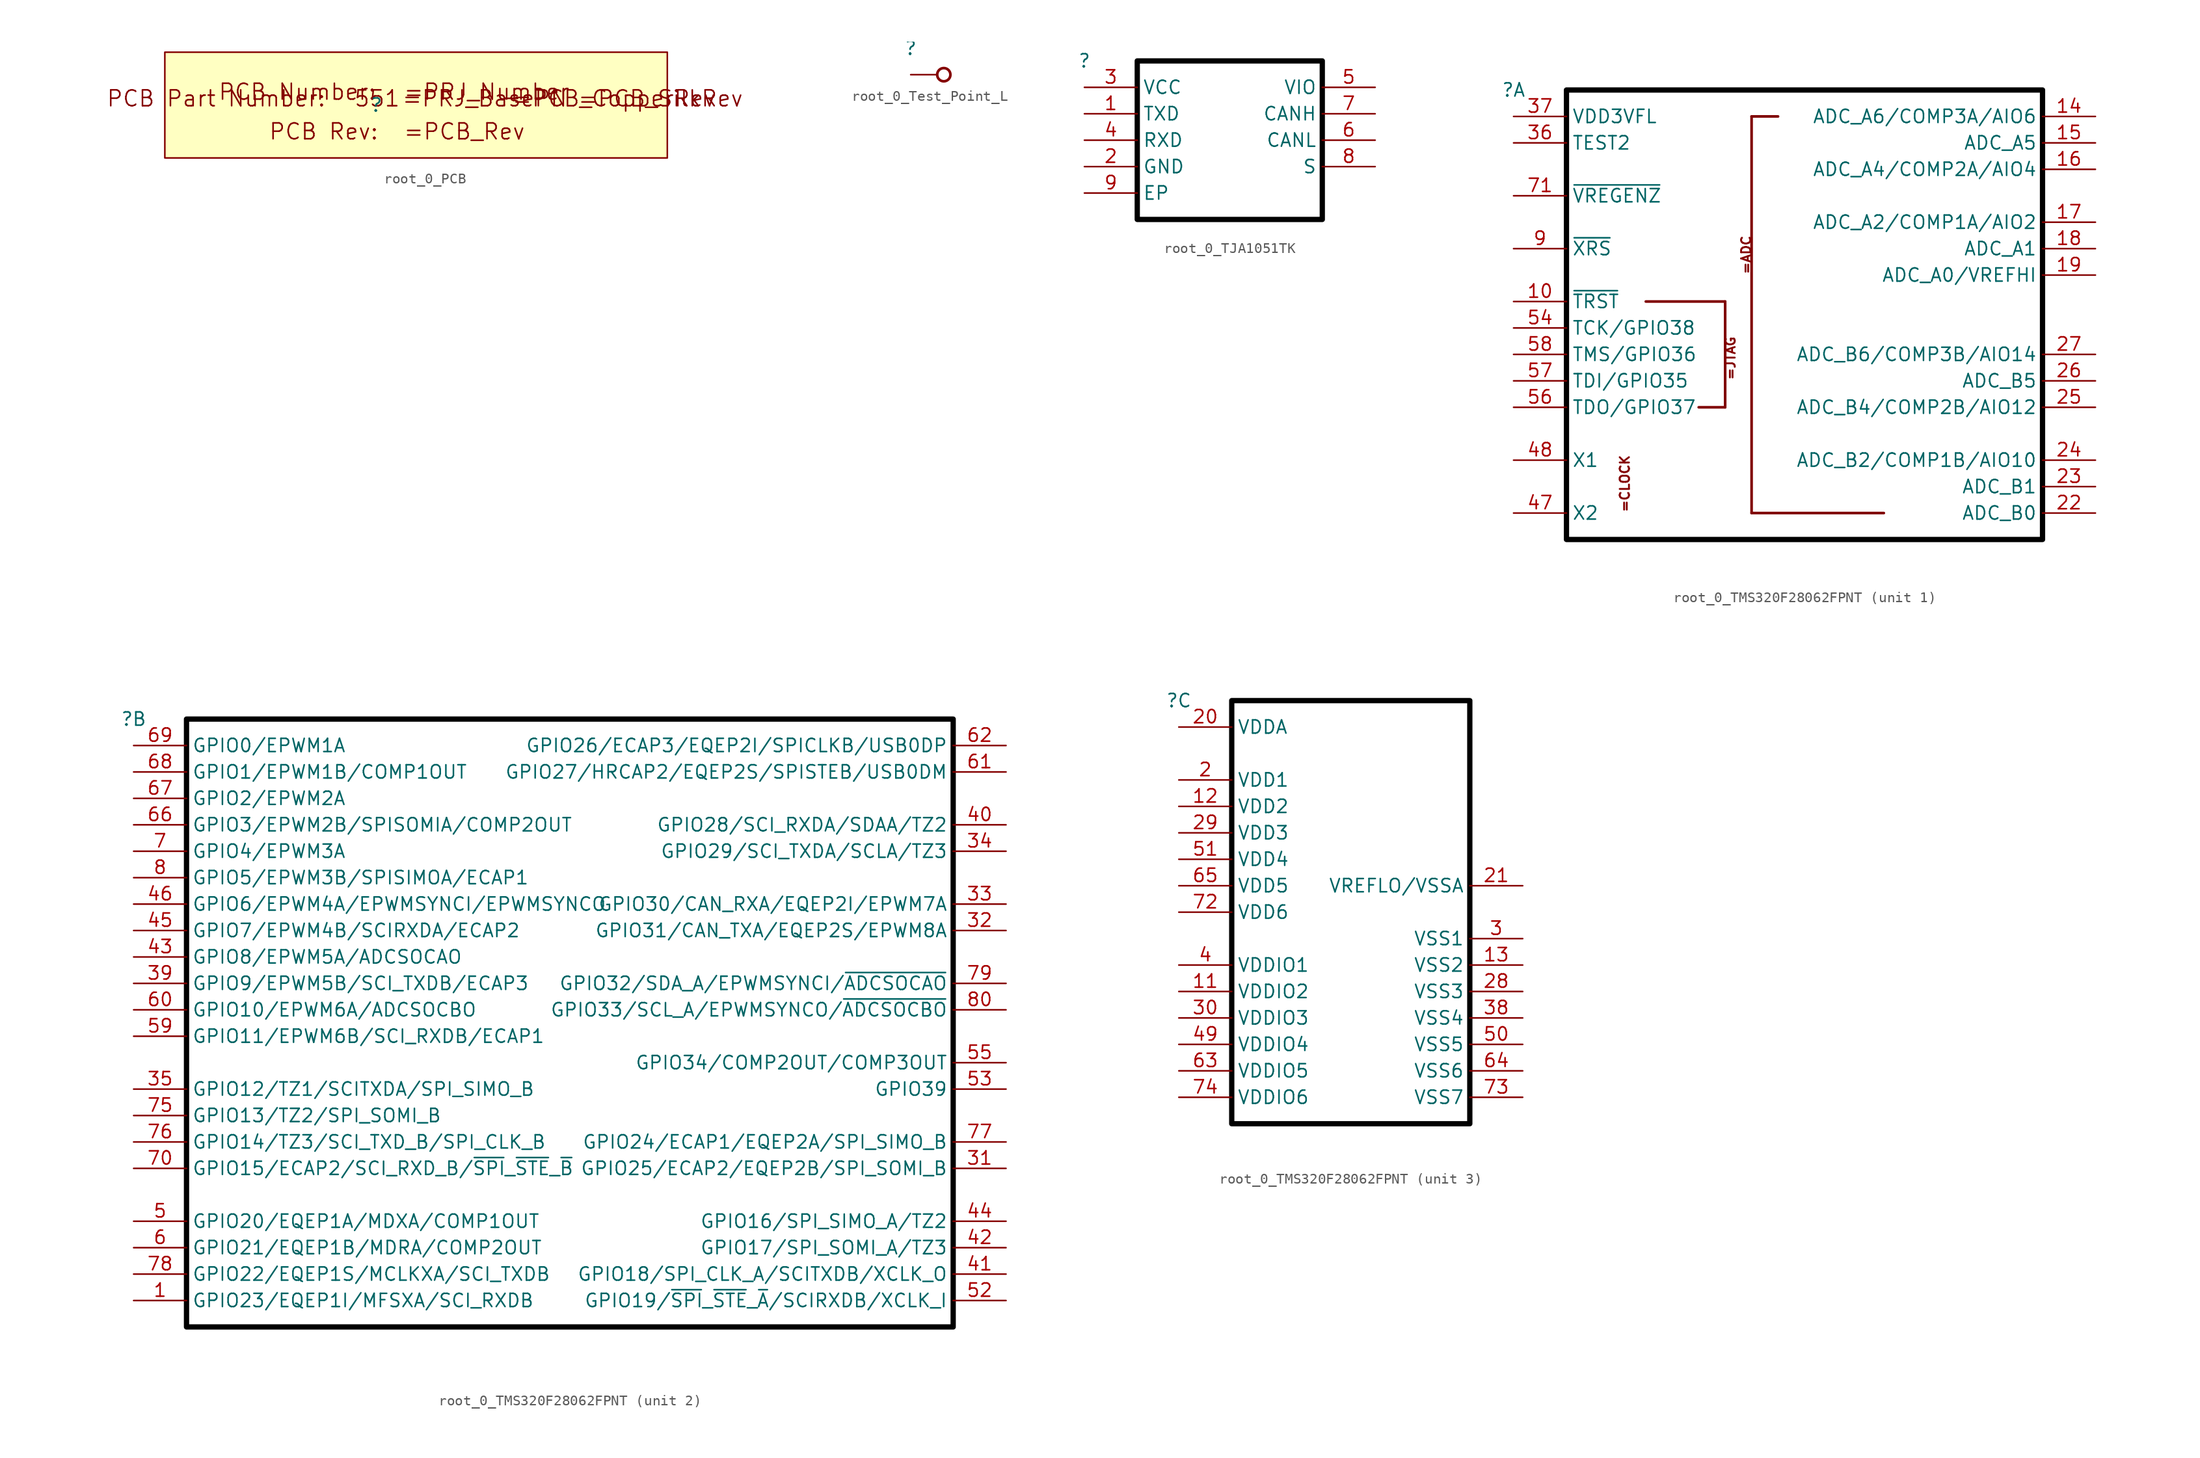
<source format=kicad_sym>
(kicad_symbol_lib
  (version 20220914)
  (generator kicad_symbol_editor)
  (symbol "root_0_PCB"
    (property "Reference" ""
      (at 0 0 0)
      (effects (font (size 1.27 1.27))))
    (property "Value" ""
      (at 0 0 0)
      (effects (font (size 1.27 1.27))))
    (symbol "root_0_PCB_1_0"
      (rectangle (start 27.94 5.08) (end -20.32 -5.08) (stroke (width 0) (type solid)) (fill (type background)))
      (text "-" (at 11.938 0.762 0) (effects (font (size 1.524 1.524)) (justify left)))
      (text "551" (at -2.21 0.635 0) (effects (font (size 1.524 1.524)) (justify left)))
      (text "=PCB_CopperRev" (at 12.954 0.635 0) (effects (font (size 1.524 1.524)) (justify left)))
      (text "=PCB_Rev" (at 2.54 -3.429 0) (effects (font (size 1.524 1.524)) (justify left bottom)))
      (text "=PCB_SilkRev" (at 19.279 0.635 0) (effects (font (size 1.524 1.524)) (justify left)))
      (text "=PRJ_BasePN" (at 2.388 0.635 0) (effects (font (size 1.524 1.524)) (justify left)))
      (text "=PRJ_Number" (at 2.54 0.381 0) (effects (font (size 1.524 1.524)) (justify left bottom)))
      (text "PCB Number:" (at -15.24 0.381 0) (effects (font (size 1.524 1.524)) (justify left bottom)))
      (text "PCB Part Number:" (at -15.392 0.635 0) (effects (font (size 1.524 1.524))))
      (text "PCB Rev:" (at -10.388 -3.429 0) (effects (font (size 1.524 1.524)) (justify left bottom)))))
  (symbol "root_0_Test_Point_L"
    (property "Reference" ""
      (at 0 0 0)
      (effects (font (size 1.27 1.27))))
    (property "Value" ""
      (at 0 0 0)
      (effects (font (size 1.27 1.27))))
    (symbol "root_0_Test_Point_L_1_0"
      (circle (center 3.175 -2.54) (radius 0.635) (stroke (width 0.254) (type solid)) (fill (type none)))
      (pin passive line (at 0 -2.54 0) (length 2.54) (name "1" (effects (font (size 0 0)))) (number "1" (effects (font (size 0 0)))))))
  (symbol "root_0_TJA1051TK"
    (property "Reference" ""
      (at 0 0 0)
      (effects (font (size 1.27 1.27))))
    (property "Value" ""
      (at 0 0 0)
      (effects (font (size 1.27 1.27))))
    (symbol "root_0_TJA1051TK_1_0"
      (polyline (pts (xy 5.08 0) (xy 5.08 -15.24) (xy 22.86 -15.24) (xy 22.86 0) (xy 5.08 0)) (stroke (width 0.508) (type solid) (color 0 0 0 1)) (fill (type none)))
      (pin passive line (at 0 -5.08 0) (length 5.08) (name "TXD" (effects (font (size 1.27 1.27)))) (number "1" (effects (font (size 1.27 1.27)))))
      (pin passive line (at 0 -10.16 0) (length 5.08) (name "GND" (effects (font (size 1.27 1.27)))) (number "2" (effects (font (size 1.27 1.27)))))
      (pin passive line (at 0 -2.54 0) (length 5.08) (name "VCC" (effects (font (size 1.27 1.27)))) (number "3" (effects (font (size 1.27 1.27)))))
      (pin passive line (at 0 -7.62 0) (length 5.08) (name "RXD" (effects (font (size 1.27 1.27)))) (number "4" (effects (font (size 1.27 1.27)))))
      (pin passive line (at 27.94 -2.54 180) (length 5.08) (name "VIO" (effects (font (size 1.27 1.27)))) (number "5" (effects (font (size 1.27 1.27)))))
      (pin passive line (at 27.94 -7.62 180) (length 5.08) (name "CANL" (effects (font (size 1.27 1.27)))) (number "6" (effects (font (size 1.27 1.27)))))
      (pin passive line (at 27.94 -5.08 180) (length 5.08) (name "CANH" (effects (font (size 1.27 1.27)))) (number "7" (effects (font (size 1.27 1.27)))))
      (pin passive line (at 27.94 -10.16 180) (length 5.08) (name "S" (effects (font (size 1.27 1.27)))) (number "8" (effects (font (size 1.27 1.27)))))
      (pin passive line (at 0 -12.7 0) (length 5.08) (name "EP" (effects (font (size 1.27 1.27)))) (number "9" (effects (font (size 1.27 1.27)))))))
  (symbol "root_0_TMS320F28062FPNT"
    (property "Reference" ""
      (at 0 0 0)
      (effects (font (size 1.27 1.27))))
    (property "Value" ""
      (at 0 0 0)
      (effects (font (size 1.27 1.27))))
    (symbol "root_0_TMS320F28062FPNT_1_0"
      (polyline (pts (xy 17.78 -30.48) (xy 20.32 -30.48)) (stroke (width 0.254) (type solid) (color 128 0 0 1)) (fill (type none)))
      (polyline (pts (xy 20.32 -30.48) (xy 20.32 -20.32)) (stroke (width 0.254) (type solid) (color 128 0 0 1)) (fill (type none)))
      (polyline (pts (xy 20.32 -20.32) (xy 12.7 -20.32)) (stroke (width 0.254) (type solid) (color 128 0 0 1)) (fill (type none)))
      (polyline (pts (xy 22.86 -2.54) (xy 22.86 -40.64)) (stroke (width 0.254) (type solid) (color 128 0 0 1)) (fill (type none)))
      (polyline (pts (xy 22.86 -2.54) (xy 25.4 -2.54)) (stroke (width 0.254) (type solid) (color 128 0 0 1)) (fill (type none)))
      (polyline (pts (xy 35.56 -40.64) (xy 22.86 -40.64)) (stroke (width 0.254) (type solid) (color 128 0 0 1)) (fill (type none)))
      (polyline (pts (xy 5.08 0) (xy 5.08 -43.18) (xy 50.8 -43.18) (xy 50.8 0) (xy 5.08 0)) (stroke (width 0.508) (type solid) (color 0 0 0 1)) (fill (type none)))
      (text "=ADC" (at 22.86 -17.78 900) (effects (font (size 0.889 0.889) bold) (justify left bottom)))
      (text "=CLOCK" (at 10.16 -40.64 900) (effects (font (size 0.889 0.889) bold) (justify left top)))
      (text "=JTAG" (at 20.32 -27.94 900) (effects (font (size 0.889 0.889) bold) (justify left top)))
      (pin passive line (at 0 -20.32 0) (length 5.08) (name "~{TRST}" (effects (font (size 1.27 1.27)))) (number "10" (effects (font (size 1.27 1.27)))))
      (pin passive line (at 55.88 -2.54 180) (length 5.08) (name "ADC_A6/COMP3A/AIO6" (effects (font (size 1.27 1.27)))) (number "14" (effects (font (size 1.27 1.27)))))
      (pin passive line (at 55.88 -5.08 180) (length 5.08) (name "ADC_A5" (effects (font (size 1.27 1.27)))) (number "15" (effects (font (size 1.27 1.27)))))
      (pin passive line (at 55.88 -7.62 180) (length 5.08) (name "ADC_A4/COMP2A/AIO4" (effects (font (size 1.27 1.27)))) (number "16" (effects (font (size 1.27 1.27)))))
      (pin passive line (at 55.88 -12.7 180) (length 5.08) (name "ADC_A2/COMP1A/AIO2" (effects (font (size 1.27 1.27)))) (number "17" (effects (font (size 1.27 1.27)))))
      (pin passive line (at 55.88 -15.24 180) (length 5.08) (name "ADC_A1" (effects (font (size 1.27 1.27)))) (number "18" (effects (font (size 1.27 1.27)))))
      (pin passive line (at 55.88 -17.78 180) (length 5.08) (name "ADC_A0/VREFHI" (effects (font (size 1.27 1.27)))) (number "19" (effects (font (size 1.27 1.27)))))
      (pin passive line (at 55.88 -40.64 180) (length 5.08) (name "ADC_B0" (effects (font (size 1.27 1.27)))) (number "22" (effects (font (size 1.27 1.27)))))
      (pin passive line (at 55.88 -38.1 180) (length 5.08) (name "ADC_B1" (effects (font (size 1.27 1.27)))) (number "23" (effects (font (size 1.27 1.27)))))
      (pin passive line (at 55.88 -35.56 180) (length 5.08) (name "ADC_B2/COMP1B/AIO10" (effects (font (size 1.27 1.27)))) (number "24" (effects (font (size 1.27 1.27)))))
      (pin passive line (at 55.88 -30.48 180) (length 5.08) (name "ADC_B4/COMP2B/AIO12" (effects (font (size 1.27 1.27)))) (number "25" (effects (font (size 1.27 1.27)))))
      (pin passive line (at 55.88 -27.94 180) (length 5.08) (name "ADC_B5" (effects (font (size 1.27 1.27)))) (number "26" (effects (font (size 1.27 1.27)))))
      (pin passive line (at 55.88 -25.4 180) (length 5.08) (name "ADC_B6/COMP3B/AIO14" (effects (font (size 1.27 1.27)))) (number "27" (effects (font (size 1.27 1.27)))))
      (pin output line (at 0 -5.08 0) (length 5.08) (name "TEST2" (effects (font (size 1.27 1.27)))) (number "36" (effects (font (size 1.27 1.27)))))
      (pin power_in line (at 0 -2.54 0) (length 5.08) (name "VDD3VFL" (effects (font (size 1.27 1.27)))) (number "37" (effects (font (size 1.27 1.27)))))
      (pin output line (at 0 -40.64 0) (length 5.08) (name "X2" (effects (font (size 1.27 1.27)))) (number "47" (effects (font (size 1.27 1.27)))))
      (pin passive line (at 0 -35.56 0) (length 5.08) (name "X1" (effects (font (size 1.27 1.27)))) (number "48" (effects (font (size 1.27 1.27)))))
      (pin passive line (at 0 -22.86 0) (length 5.08) (name "TCK/GPIO38" (effects (font (size 1.27 1.27)))) (number "54" (effects (font (size 1.27 1.27)))))
      (pin output line (at 0 -30.48 0) (length 5.08) (name "TDO/GPIO37" (effects (font (size 1.27 1.27)))) (number "56" (effects (font (size 1.27 1.27)))))
      (pin passive line (at 0 -27.94 0) (length 5.08) (name "TDI/GPIO35" (effects (font (size 1.27 1.27)))) (number "57" (effects (font (size 1.27 1.27)))))
      (pin passive line (at 0 -25.4 0) (length 5.08) (name "TMS/GPIO36" (effects (font (size 1.27 1.27)))) (number "58" (effects (font (size 1.27 1.27)))))
      (pin passive line (at 0 -10.16 0) (length 5.08) (name "~{VREGENZ}" (effects (font (size 1.27 1.27)))) (number "71" (effects (font (size 1.27 1.27)))))
      (pin passive line (at 0 -15.24 0) (length 5.08) (name "~{XRS}" (effects (font (size 1.27 1.27)))) (number "9" (effects (font (size 1.27 1.27))))))
    (symbol "root_0_TMS320F28062FPNT_2_0"
      (polyline (pts (xy 5.08 0) (xy 5.08 -58.42) (xy 78.74 -58.42) (xy 78.74 0) (xy 5.08 0)) (stroke (width 0.508) (type solid) (color 0 0 0 1)) (fill (type none)))
      (pin passive line (at 0 -55.88 0) (length 5.08) (name "GPIO23/EQEP1I/MFSXA/SCI_RXDB" (effects (font (size 1.27 1.27)))) (number "1" (effects (font (size 1.27 1.27)))))
      (pin passive line (at 83.82 -43.18 180) (length 5.08) (name "GPIO25/ECAP2/EQEP2B/SPI_SOMI_B" (effects (font (size 1.27 1.27)))) (number "31" (effects (font (size 1.27 1.27)))))
      (pin passive line (at 83.82 -20.32 180) (length 5.08) (name "GPIO31/CAN_TXA/EQEP2S/EPWM8A" (effects (font (size 1.27 1.27)))) (number "32" (effects (font (size 1.27 1.27)))))
      (pin passive line (at 83.82 -17.78 180) (length 5.08) (name "GPIO30/CAN_RXA/EQEP2I/EPWM7A" (effects (font (size 1.27 1.27)))) (number "33" (effects (font (size 1.27 1.27)))))
      (pin passive line (at 83.82 -12.7 180) (length 5.08) (name "GPIO29/SCI_TXDA/SCLA/TZ3" (effects (font (size 1.27 1.27)))) (number "34" (effects (font (size 1.27 1.27)))))
      (pin passive line (at 0 -35.56 0) (length 5.08) (name "GPIO12/TZ1/SCITXDA/SPI_SIMO_B" (effects (font (size 1.27 1.27)))) (number "35" (effects (font (size 1.27 1.27)))))
      (pin passive line (at 0 -25.4 0) (length 5.08) (name "GPIO9/EPWM5B/SCI_TXDB/ECAP3" (effects (font (size 1.27 1.27)))) (number "39" (effects (font (size 1.27 1.27)))))
      (pin passive line (at 83.82 -10.16 180) (length 5.08) (name "GPIO28/SCI_RXDA/SDAA/TZ2" (effects (font (size 1.27 1.27)))) (number "40" (effects (font (size 1.27 1.27)))))
      (pin passive line (at 83.82 -53.34 180) (length 5.08) (name "GPIO18/SPI_CLK_A/SCITXDB/XCLK_O" (effects (font (size 1.27 1.27)))) (number "41" (effects (font (size 1.27 1.27)))))
      (pin passive line (at 83.82 -50.8 180) (length 5.08) (name "GPIO17/SPI_SOMI_A/TZ3" (effects (font (size 1.27 1.27)))) (number "42" (effects (font (size 1.27 1.27)))))
      (pin passive line (at 0 -22.86 0) (length 5.08) (name "GPIO8/EPWM5A/ADCSOCAO" (effects (font (size 1.27 1.27)))) (number "43" (effects (font (size 1.27 1.27)))))
      (pin passive line (at 83.82 -48.26 180) (length 5.08) (name "GPIO16/SPI_SIMO_A/TZ2" (effects (font (size 1.27 1.27)))) (number "44" (effects (font (size 1.27 1.27)))))
      (pin passive line (at 0 -20.32 0) (length 5.08) (name "GPIO7/EPWM4B/SCIRXDA/ECAP2" (effects (font (size 1.27 1.27)))) (number "45" (effects (font (size 1.27 1.27)))))
      (pin passive line (at 0 -17.78 0) (length 5.08) (name "GPIO6/EPWM4A/EPWMSYNCI/EPWMSYNCO" (effects (font (size 1.27 1.27)))) (number "46" (effects (font (size 1.27 1.27)))))
      (pin passive line (at 0 -48.26 0) (length 5.08) (name "GPIO20/EQEP1A/MDXA/COMP1OUT" (effects (font (size 1.27 1.27)))) (number "5" (effects (font (size 1.27 1.27)))))
      (pin passive line (at 83.82 -55.88 180) (length 5.08) (name "GPIO19/~{SPI}_~{STE}_~{A}/SCIRXDB/XCLK_I" (effects (font (size 1.27 1.27)))) (number "52" (effects (font (size 1.27 1.27)))))
      (pin passive line (at 83.82 -35.56 180) (length 5.08) (name "GPIO39" (effects (font (size 1.27 1.27)))) (number "53" (effects (font (size 1.27 1.27)))))
      (pin passive line (at 83.82 -33.02 180) (length 5.08) (name "GPIO34/COMP2OUT/COMP3OUT" (effects (font (size 1.27 1.27)))) (number "55" (effects (font (size 1.27 1.27)))))
      (pin passive line (at 0 -30.48 0) (length 5.08) (name "GPIO11/EPWM6B/SCI_RXDB/ECAP1" (effects (font (size 1.27 1.27)))) (number "59" (effects (font (size 1.27 1.27)))))
      (pin passive line (at 0 -50.8 0) (length 5.08) (name "GPIO21/EQEP1B/MDRA/COMP2OUT" (effects (font (size 1.27 1.27)))) (number "6" (effects (font (size 1.27 1.27)))))
      (pin passive line (at 0 -27.94 0) (length 5.08) (name "GPIO10/EPWM6A/ADCSOCBO" (effects (font (size 1.27 1.27)))) (number "60" (effects (font (size 1.27 1.27)))))
      (pin passive line (at 83.82 -5.08 180) (length 5.08) (name "GPIO27/HRCAP2/EQEP2S/SPISTEB/USB0DM" (effects (font (size 1.27 1.27)))) (number "61" (effects (font (size 1.27 1.27)))))
      (pin passive line (at 83.82 -2.54 180) (length 5.08) (name "GPIO26/ECAP3/EQEP2I/SPICLKB/USB0DP" (effects (font (size 1.27 1.27)))) (number "62" (effects (font (size 1.27 1.27)))))
      (pin passive line (at 0 -10.16 0) (length 5.08) (name "GPIO3/EPWM2B/SPISOMIA/COMP2OUT" (effects (font (size 1.27 1.27)))) (number "66" (effects (font (size 1.27 1.27)))))
      (pin passive line (at 0 -7.62 0) (length 5.08) (name "GPIO2/EPWM2A" (effects (font (size 1.27 1.27)))) (number "67" (effects (font (size 1.27 1.27)))))
      (pin passive line (at 0 -5.08 0) (length 5.08) (name "GPIO1/EPWM1B/COMP1OUT" (effects (font (size 1.27 1.27)))) (number "68" (effects (font (size 1.27 1.27)))))
      (pin passive line (at 0 -2.54 0) (length 5.08) (name "GPIO0/EPWM1A" (effects (font (size 1.27 1.27)))) (number "69" (effects (font (size 1.27 1.27)))))
      (pin passive line (at 0 -12.7 0) (length 5.08) (name "GPIO4/EPWM3A" (effects (font (size 1.27 1.27)))) (number "7" (effects (font (size 1.27 1.27)))))
      (pin passive line (at 0 -43.18 0) (length 5.08) (name "GPIO15/ECAP2/SCI_RXD_B/~{SPI}_~{STE}_~{B}" (effects (font (size 1.27 1.27)))) (number "70" (effects (font (size 1.27 1.27)))))
      (pin passive line (at 0 -38.1 0) (length 5.08) (name "GPIO13/TZ2/SPI_SOMI_B" (effects (font (size 1.27 1.27)))) (number "75" (effects (font (size 1.27 1.27)))))
      (pin passive line (at 0 -40.64 0) (length 5.08) (name "GPIO14/TZ3/SCI_TXD_B/SPI_CLK_B" (effects (font (size 1.27 1.27)))) (number "76" (effects (font (size 1.27 1.27)))))
      (pin passive line (at 83.82 -40.64 180) (length 5.08) (name "GPIO24/ECAP1/EQEP2A/SPI_SIMO_B" (effects (font (size 1.27 1.27)))) (number "77" (effects (font (size 1.27 1.27)))))
      (pin passive line (at 0 -53.34 0) (length 5.08) (name "GPIO22/EQEP1S/MCLKXA/SCI_TXDB" (effects (font (size 1.27 1.27)))) (number "78" (effects (font (size 1.27 1.27)))))
      (pin passive line (at 83.82 -25.4 180) (length 5.08) (name "GPIO32/SDA_A/EPWMSYNCI/~{ADCSOCAO}" (effects (font (size 1.27 1.27)))) (number "79" (effects (font (size 1.27 1.27)))))
      (pin passive line (at 0 -15.24 0) (length 5.08) (name "GPIO5/EPWM3B/SPISIMOA/ECAP1" (effects (font (size 1.27 1.27)))) (number "8" (effects (font (size 1.27 1.27)))))
      (pin passive line (at 83.82 -27.94 180) (length 5.08) (name "GPIO33/SCL_A/EPWMSYNCO/~{ADCSOCBO}" (effects (font (size 1.27 1.27)))) (number "80" (effects (font (size 1.27 1.27))))))
    (symbol "root_0_TMS320F28062FPNT_3_0"
      (polyline (pts (xy 5.08 0) (xy 5.08 -40.64) (xy 27.94 -40.64) (xy 27.94 0) (xy 5.08 0)) (stroke (width 0.508) (type solid) (color 0 0 0 1)) (fill (type none)))
      (pin power_in line (at 0 -27.94 0) (length 5.08) (name "VDDIO2" (effects (font (size 1.27 1.27)))) (number "11" (effects (font (size 1.27 1.27)))))
      (pin power_out line (at 0 -10.16 0) (length 5.08) (name "VDD2" (effects (font (size 1.27 1.27)))) (number "12" (effects (font (size 1.27 1.27)))))
      (pin power_in line (at 33.02 -25.4 180) (length 5.08) (name "VSS2" (effects (font (size 1.27 1.27)))) (number "13" (effects (font (size 1.27 1.27)))))
      (pin power_out line (at 0 -7.62 0) (length 5.08) (name "VDD1" (effects (font (size 1.27 1.27)))) (number "2" (effects (font (size 1.27 1.27)))))
      (pin power_in line (at 0 -2.54 0) (length 5.08) (name "VDDA" (effects (font (size 1.27 1.27)))) (number "20" (effects (font (size 1.27 1.27)))))
      (pin passive line (at 33.02 -17.78 180) (length 5.08) (name "VREFLO/VSSA" (effects (font (size 1.27 1.27)))) (number "21" (effects (font (size 1.27 1.27)))))
      (pin power_in line (at 33.02 -27.94 180) (length 5.08) (name "VSS3" (effects (font (size 1.27 1.27)))) (number "28" (effects (font (size 1.27 1.27)))))
      (pin power_out line (at 0 -12.7 0) (length 5.08) (name "VDD3" (effects (font (size 1.27 1.27)))) (number "29" (effects (font (size 1.27 1.27)))))
      (pin power_in line (at 33.02 -22.86 180) (length 5.08) (name "VSS1" (effects (font (size 1.27 1.27)))) (number "3" (effects (font (size 1.27 1.27)))))
      (pin power_in line (at 0 -30.48 0) (length 5.08) (name "VDDIO3" (effects (font (size 1.27 1.27)))) (number "30" (effects (font (size 1.27 1.27)))))
      (pin power_in line (at 33.02 -30.48 180) (length 5.08) (name "VSS4" (effects (font (size 1.27 1.27)))) (number "38" (effects (font (size 1.27 1.27)))))
      (pin power_in line (at 0 -25.4 0) (length 5.08) (name "VDDIO1" (effects (font (size 1.27 1.27)))) (number "4" (effects (font (size 1.27 1.27)))))
      (pin power_in line (at 0 -33.02 0) (length 5.08) (name "VDDIO4" (effects (font (size 1.27 1.27)))) (number "49" (effects (font (size 1.27 1.27)))))
      (pin power_in line (at 33.02 -33.02 180) (length 5.08) (name "VSS5" (effects (font (size 1.27 1.27)))) (number "50" (effects (font (size 1.27 1.27)))))
      (pin power_out line (at 0 -15.24 0) (length 5.08) (name "VDD4" (effects (font (size 1.27 1.27)))) (number "51" (effects (font (size 1.27 1.27)))))
      (pin power_in line (at 0 -35.56 0) (length 5.08) (name "VDDIO5" (effects (font (size 1.27 1.27)))) (number "63" (effects (font (size 1.27 1.27)))))
      (pin power_in line (at 33.02 -35.56 180) (length 5.08) (name "VSS6" (effects (font (size 1.27 1.27)))) (number "64" (effects (font (size 1.27 1.27)))))
      (pin power_out line (at 0 -17.78 0) (length 5.08) (name "VDD5" (effects (font (size 1.27 1.27)))) (number "65" (effects (font (size 1.27 1.27)))))
      (pin power_out line (at 0 -20.32 0) (length 5.08) (name "VDD6" (effects (font (size 1.27 1.27)))) (number "72" (effects (font (size 1.27 1.27)))))
      (pin power_in line (at 33.02 -38.1 180) (length 5.08) (name "VSS7" (effects (font (size 1.27 1.27)))) (number "73" (effects (font (size 1.27 1.27)))))
      (pin power_in line (at 0 -38.1 0) (length 5.08) (name "VDDIO6" (effects (font (size 1.27 1.27)))) (number "74" (effects (font (size 1.27 1.27))))))))
</source>
